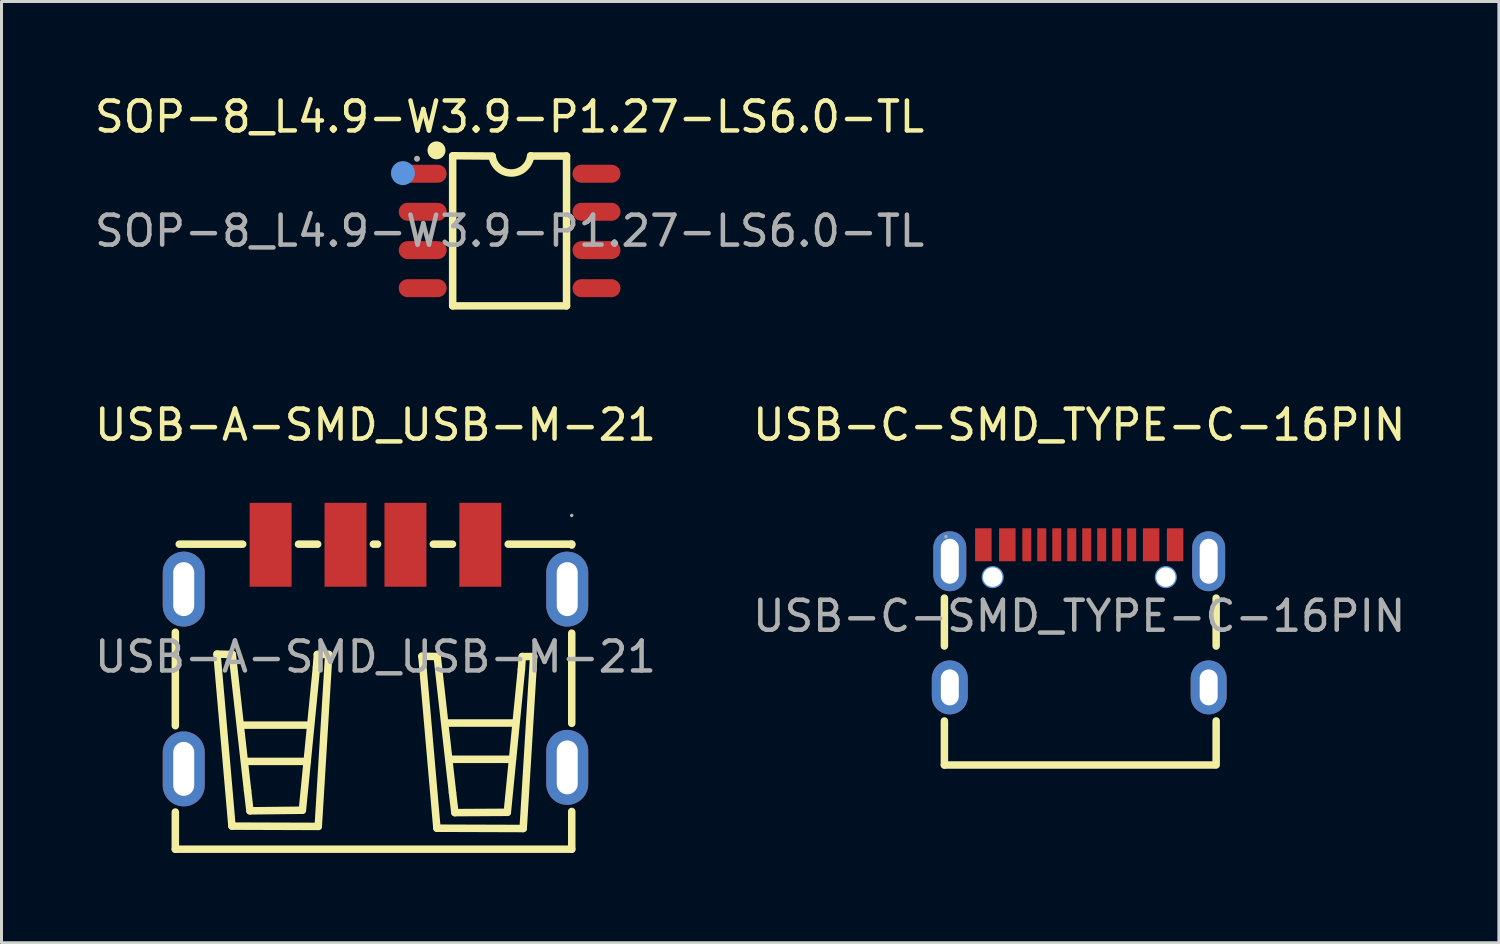
<source format=kicad_pcb>
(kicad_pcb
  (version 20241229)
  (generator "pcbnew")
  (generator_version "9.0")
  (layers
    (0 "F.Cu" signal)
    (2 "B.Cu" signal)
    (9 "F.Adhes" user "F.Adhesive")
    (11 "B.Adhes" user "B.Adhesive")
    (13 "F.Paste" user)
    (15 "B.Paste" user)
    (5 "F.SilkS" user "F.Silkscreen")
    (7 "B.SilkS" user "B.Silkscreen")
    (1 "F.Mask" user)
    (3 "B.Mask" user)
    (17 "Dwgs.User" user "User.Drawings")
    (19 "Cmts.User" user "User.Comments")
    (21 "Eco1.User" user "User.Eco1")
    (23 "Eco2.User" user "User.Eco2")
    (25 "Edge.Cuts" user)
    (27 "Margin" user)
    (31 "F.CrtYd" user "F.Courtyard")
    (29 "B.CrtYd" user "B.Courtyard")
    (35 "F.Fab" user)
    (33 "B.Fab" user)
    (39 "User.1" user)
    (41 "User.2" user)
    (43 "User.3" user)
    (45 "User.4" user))
  (footprint "USB-C-SMD_TYPE-C-16PIN"
    (layer "F.Cu")
    (at 32.97 17.512)
    (property "Reference" "USB-C-SMD_TYPE-C-16PIN" (at 0 -6.38 0) (layer "F.SilkS") (effects (font (size 1 1) (thickness 0.15))))
    (attr smd)
    (fp_line (start -4.5 1) (end -4.5 -0.6) (stroke (width 0.25) (type solid)) (layer "F.SilkS"))
    (fp_line (start -4.5 4.97) (end -4.5 3.5) (stroke (width 0.25) (type solid)) (layer "F.SilkS"))
    (fp_line (start 4.5 4.97) (end -4.5 4.97) (stroke (width 0.25) (type solid)) (layer "F.SilkS"))
    (fp_line (start 4.57 1) (end 4.57 -0.6) (stroke (width 0.25) (type solid)) (layer "F.SilkS"))
    (fp_line (start 4.57 4.97) (end 4.57 3.5) (stroke (width 0.25) (type solid)) (layer "F.SilkS"))
    (fp_circle (center -2.89 -1.3) (end -2.77 -1.3) (stroke (width 0.25) (type solid)) (fill no) (layer "Cmts.User"))
    (fp_circle (center 2.89 -1.3) (end 3.01 -1.3) (stroke (width 0.25) (type solid)) (fill no) (layer "Cmts.User"))
    (fp_circle (center -4.45 -2.65) (end -4.42 -2.65) (stroke (width 0.06) (type solid)) (fill no) (layer "F.Fab"))
    (fp_text user "${REFERENCE}" (at 0 0 0) (layer "F.Fab") (effects (font (size 1 1) (thickness 0.15))))
    (pad "" np_thru_hole circle (at -2.89 -1.3) (size 0.65 0.65) (drill 0.65) (layers "*.Cu" "*.Mask"))
    (pad "" np_thru_hole circle (at 2.89 -1.3) (size 0.65 0.65) (drill 0.65) (layers "*.Cu" "*.Mask"))
    (pad "1" smd rect (at -3.2 -2.38) (size 0.55 1.1) (layers "F.Cu" "F.Mask" "F.Paste"))
    (pad "2" smd rect (at -2.4 -2.38) (size 0.55 1.1) (layers "F.Cu" "F.Mask" "F.Paste"))
    (pad "3" smd rect (at -1.75 -2.38) (size 0.3 1.1) (layers "F.Cu" "F.Mask" "F.Paste"))
    (pad "4" smd rect (at -1.25 -2.38) (size 0.3 1.1) (layers "F.Cu" "F.Mask" "F.Paste"))
    (pad "5" smd rect (at -0.75 -2.38) (size 0.3 1.1) (layers "F.Cu" "F.Mask" "F.Paste"))
    (pad "6" smd rect (at -0.25 -2.38) (size 0.3 1.1) (layers "F.Cu" "F.Mask" "F.Paste"))
    (pad "7" smd rect (at 0.25 -2.38) (size 0.3 1.1) (layers "F.Cu" "F.Mask" "F.Paste"))
    (pad "8" smd rect (at 0.75 -2.38) (size 0.3 1.1) (layers "F.Cu" "F.Mask" "F.Paste"))
    (pad "9" smd rect (at 1.25 -2.38) (size 0.3 1.1) (layers "F.Cu" "F.Mask" "F.Paste"))
    (pad "10" smd rect (at 1.75 -2.38) (size 0.3 1.1) (layers "F.Cu" "F.Mask" "F.Paste"))
    (pad "11" smd rect (at 2.4 -2.38) (size 0.55 1.1) (layers "F.Cu" "F.Mask" "F.Paste"))
    (pad "12" smd rect (at 3.2 -2.38) (size 0.55 1.1) (layers "F.Cu" "F.Mask" "F.Paste"))
    (pad "13" thru_hole oval (at -4.32 -1.83) (size 1.1 2) (drill oval 0.6 1.5) (layers "*.Cu" "*.Mask"))
    (pad "13" thru_hole oval (at -4.32 2.38) (size 1.2 1.8) (drill oval 0.6 1.2) (layers "*.Cu" "*.Mask"))
    (pad "13" thru_hole oval (at 4.32 -1.83) (size 1.1 2) (drill oval 0.6 1.5) (layers "*.Cu" "*.Mask"))
    (pad "13" thru_hole oval (at 4.32 2.38) (size 1.2 1.8) (drill oval 0.6 1.2) (layers "*.Cu" "*.Mask")))
  (footprint "USB-A-SMD_USB-M-21"
    (layer "F.Cu")
    (at 9.482 18.872)
    (property "Reference" "USB-A-SMD_USB-M-21" (at 0 -7.74 0) (layer "F.SilkS") (effects (font (size 1 1) (thickness 0.15))))
    (attr smd)
    (fp_line (start -6.68 2.3) (end -6.68 -0.82) (stroke (width 0.25) (type solid)) (layer "F.SilkS"))
    (fp_line (start -6.68 6.42) (end -6.68 5.18) (stroke (width 0.25) (type solid)) (layer "F.SilkS"))
    (fp_line (start -6.55 -3.76) (end -4.43 -3.76) (stroke (width 0.25) (type solid)) (layer "F.SilkS"))
    (fp_line (start -5.29 -0.09) (end -4.78 -0.08) (stroke (width 0.25) (type solid)) (layer "F.SilkS"))
    (fp_line (start -4.79 5.65) (end -5.29 -0.09) (stroke (width 0.25) (type solid)) (layer "F.SilkS"))
    (fp_line (start -4.78 -0.08) (end -4.27 4.46) (stroke (width 0.25) (type solid)) (layer "F.SilkS"))
    (fp_line (start -4.45 2.28) (end -2.19 2.28) (stroke (width 0.25) (type solid)) (layer "F.SilkS"))
    (fp_line (start -4.31 3.49) (end -2.28 3.49) (stroke (width 0.25) (type solid)) (layer "F.SilkS"))
    (fp_line (start -4.27 4.46) (end -4.19 5.14) (stroke (width 0.25) (type solid)) (layer "F.SilkS"))
    (fp_line (start -4.19 5.14) (end -2.44 5.12) (stroke (width 0.25) (type solid)) (layer "F.SilkS"))
    (fp_line (start -2.57 -3.76) (end -1.93 -3.76) (stroke (width 0.25) (type solid)) (layer "F.SilkS"))
    (fp_line (start -2.44 5.12) (end -1.97 0.35) (stroke (width 0.25) (type solid)) (layer "F.SilkS"))
    (fp_line (start -1.97 0.35) (end -1.94 -0.08) (stroke (width 0.25) (type solid)) (layer "F.SilkS"))
    (fp_line (start -1.94 -0.08) (end -1.56 -0.08) (stroke (width 0.25) (type solid)) (layer "F.SilkS"))
    (fp_line (start -1.91 5.66) (end -4.79 5.65) (stroke (width 0.25) (type solid)) (layer "F.SilkS"))
    (fp_line (start -1.56 -0.08) (end -1.91 5.66) (stroke (width 0.25) (type solid)) (layer "F.SilkS"))
    (fp_line (start -0.07 -3.76) (end 0.07 -3.76) (stroke (width 0.25) (type solid)) (layer "F.SilkS"))
    (fp_line (start 1.55 -0.02) (end 2.06 -0.01) (stroke (width 0.25) (type solid)) (layer "F.SilkS"))
    (fp_line (start 1.93 -3.76) (end 2.57 -3.76) (stroke (width 0.25) (type solid)) (layer "F.SilkS"))
    (fp_line (start 2.05 5.72) (end 1.55 -0.02) (stroke (width 0.25) (type solid)) (layer "F.SilkS"))
    (fp_line (start 2.06 -0.01) (end 2.57 4.53) (stroke (width 0.25) (type solid)) (layer "F.SilkS"))
    (fp_line (start 2.4 2.21) (end 4.66 2.21) (stroke (width 0.25) (type solid)) (layer "F.SilkS"))
    (fp_line (start 2.54 3.42) (end 4.57 3.42) (stroke (width 0.25) (type solid)) (layer "F.SilkS"))
    (fp_line (start 2.57 4.53) (end 2.65 5.2) (stroke (width 0.25) (type solid)) (layer "F.SilkS"))
    (fp_line (start 2.65 5.2) (end 4.4 5.19) (stroke (width 0.25) (type solid)) (layer "F.SilkS"))
    (fp_line (start 4.4 5.19) (end 4.87 0.42) (stroke (width 0.25) (type solid)) (layer "F.SilkS"))
    (fp_line (start 4.43 -3.76) (end 6.55 -3.76) (stroke (width 0.25) (type solid)) (layer "F.SilkS"))
    (fp_line (start 4.87 0.42) (end 4.9 -0.01) (stroke (width 0.25) (type solid)) (layer "F.SilkS"))
    (fp_line (start 4.9 -0.01) (end 5.28 -0.01) (stroke (width 0.25) (type solid)) (layer "F.SilkS"))
    (fp_line (start 4.93 5.73) (end 2.05 5.72) (stroke (width 0.25) (type solid)) (layer "F.SilkS"))
    (fp_line (start 5.28 -0.01) (end 4.93 5.73) (stroke (width 0.25) (type solid)) (layer "F.SilkS"))
    (fp_line (start 6.55 -3.76) (end 6.55 -3.73) (stroke (width 0.25) (type solid)) (layer "F.SilkS"))
    (fp_line (start 6.55 -0.79) (end 6.55 2.22) (stroke (width 0.25) (type solid)) (layer "F.SilkS"))
    (fp_line (start 6.55 5.16) (end 6.55 6.42) (stroke (width 0.25) (type solid)) (layer "F.SilkS"))
    (fp_line (start 6.55 6.42) (end -6.68 6.42) (stroke (width 0.25) (type solid)) (layer "F.SilkS"))
    (fp_circle (center 6.55 -4.72) (end 6.58 -4.72) (stroke (width 0.06) (type solid)) (fill no) (layer "F.Fab"))
    (fp_text user "${REFERENCE}" (at 0 0 0) (layer "F.Fab") (effects (font (size 1 1) (thickness 0.15))))
    (pad "1" smd rect (at 3.5 -3.74 180) (size 1.4 2.8) (layers "F.Cu" "F.Mask" "F.Paste"))
    (pad "2" smd rect (at 1 -3.74 180) (size 1.4 2.8) (layers "F.Cu" "F.Mask" "F.Paste"))
    (pad "3" smd rect (at -1 -3.74 180) (size 1.4 2.8) (layers "F.Cu" "F.Mask" "F.Paste"))
    (pad "4" smd rect (at -3.5 -3.74 180) (size 1.4 2.8) (layers "F.Cu" "F.Mask" "F.Paste"))
    (pad "5" thru_hole oval (at -6.4 -2.26 270) (size 2.5 1.4) (drill oval 1.8 0.7) (layers "*.Cu" "*.Mask"))
    (pad "5" thru_hole oval (at -6.4 3.74 270) (size 2.5 1.4) (drill oval 1.8 0.7) (layers "*.Cu" "*.Mask"))
    (pad "5" thru_hole oval (at 6.4 -2.26 90) (size 2.5 1.4) (drill oval 1.8 0.7) (layers "*.Cu" "*.Mask"))
    (pad "5" thru_hole oval (at 6.4 3.69 90) (size 2.5 1.4) (drill oval 1.8 0.7) (layers "*.Cu" "*.Mask")))
  (footprint "SOP-8_L4.9-W3.9-P1.27-LS6.0-TL"
    (layer "F.Cu")
    (at 13.958 4.658)
    (property "Reference" "SOP-8_L4.9-W3.9-P1.27-LS6.0-TL" (at 0 -3.81 0) (layer "F.SilkS") (effects (font (size 1 1) (thickness 0.15))))
    (attr smd)
    (fp_line (start -1.9 -2.51) (end -0.58 -2.5) (stroke (width 0.25) (type solid)) (layer "F.SilkS"))
    (fp_line (start -1.9 2.5) (end -1.9 -2.5) (stroke (width 0.25) (type solid)) (layer "F.SilkS"))
    (fp_line (start -1.9 2.5) (end 1.9 2.5) (stroke (width 0.25) (type solid)) (layer "F.SilkS"))
    (fp_line (start 1.9 -2.5) (end 0.71 -2.5) (stroke (width 0.25) (type solid)) (layer "F.SilkS"))
    (fp_line (start 1.9 2.5) (end 1.9 -2.5) (stroke (width 0.25) (type solid)) (layer "F.SilkS"))
    (fp_arc (start -2.44 -2.69) (mid -2.44 -2.69) (end -2.44 -2.69) (stroke (width 0.3) (type solid)) (layer "F.SilkS"))
    (fp_arc (start 0.702535 -2.510365) (mid 0.070261 -1.933784) (end -0.58 -2.49) (stroke (width 0.25) (type solid)) (layer "F.SilkS"))
    (fp_circle (center -3.56 -1.93) (end -3.36 -1.93) (stroke (width 0.4) (type solid)) (fill no) (layer "Cmts.User"))
    (fp_circle (center -3.09 -2.41) (end -3.04 -2.41) (stroke (width 0.1) (type solid)) (fill no) (layer "F.Fab"))
    (fp_text user "${REFERENCE}" (at 0 0 0) (layer "F.Fab") (effects (font (size 1 1) (thickness 0.15))))
    (pad "1" smd oval (at -2.9 -1.91 90) (size 0.6 1.6) (layers "F.Cu" "F.Mask" "F.Paste"))
    (pad "2" smd oval (at -2.9 -0.64 90) (size 0.6 1.6) (layers "F.Cu" "F.Mask" "F.Paste"))
    (pad "3" smd oval (at -2.9 0.64 90) (size 0.6 1.6) (layers "F.Cu" "F.Mask" "F.Paste"))
    (pad "4" smd oval (at -2.9 1.91 90) (size 0.6 1.6) (layers "F.Cu" "F.Mask" "F.Paste"))
    (pad "5" smd oval (at 2.9 1.91 90) (size 0.6 1.6) (layers "F.Cu" "F.Mask" "F.Paste"))
    (pad "6" smd oval (at 2.9 0.64 90) (size 0.6 1.6) (layers "F.Cu" "F.Mask" "F.Paste"))
    (pad "7" smd oval (at 2.9 -0.64 90) (size 0.6 1.6) (layers "F.Cu" "F.Mask" "F.Paste"))
    (pad "8" smd oval (at 2.9 -1.91 90) (size 0.6 1.6) (layers "F.Cu" "F.Mask" "F.Paste")))
  (gr_rect
    (start -3 -3)
    (end 46.976 28.416)
    (stroke (width 0.1) (type default))
    (fill no)
    (layer "Edge.Cuts")))
</source>
